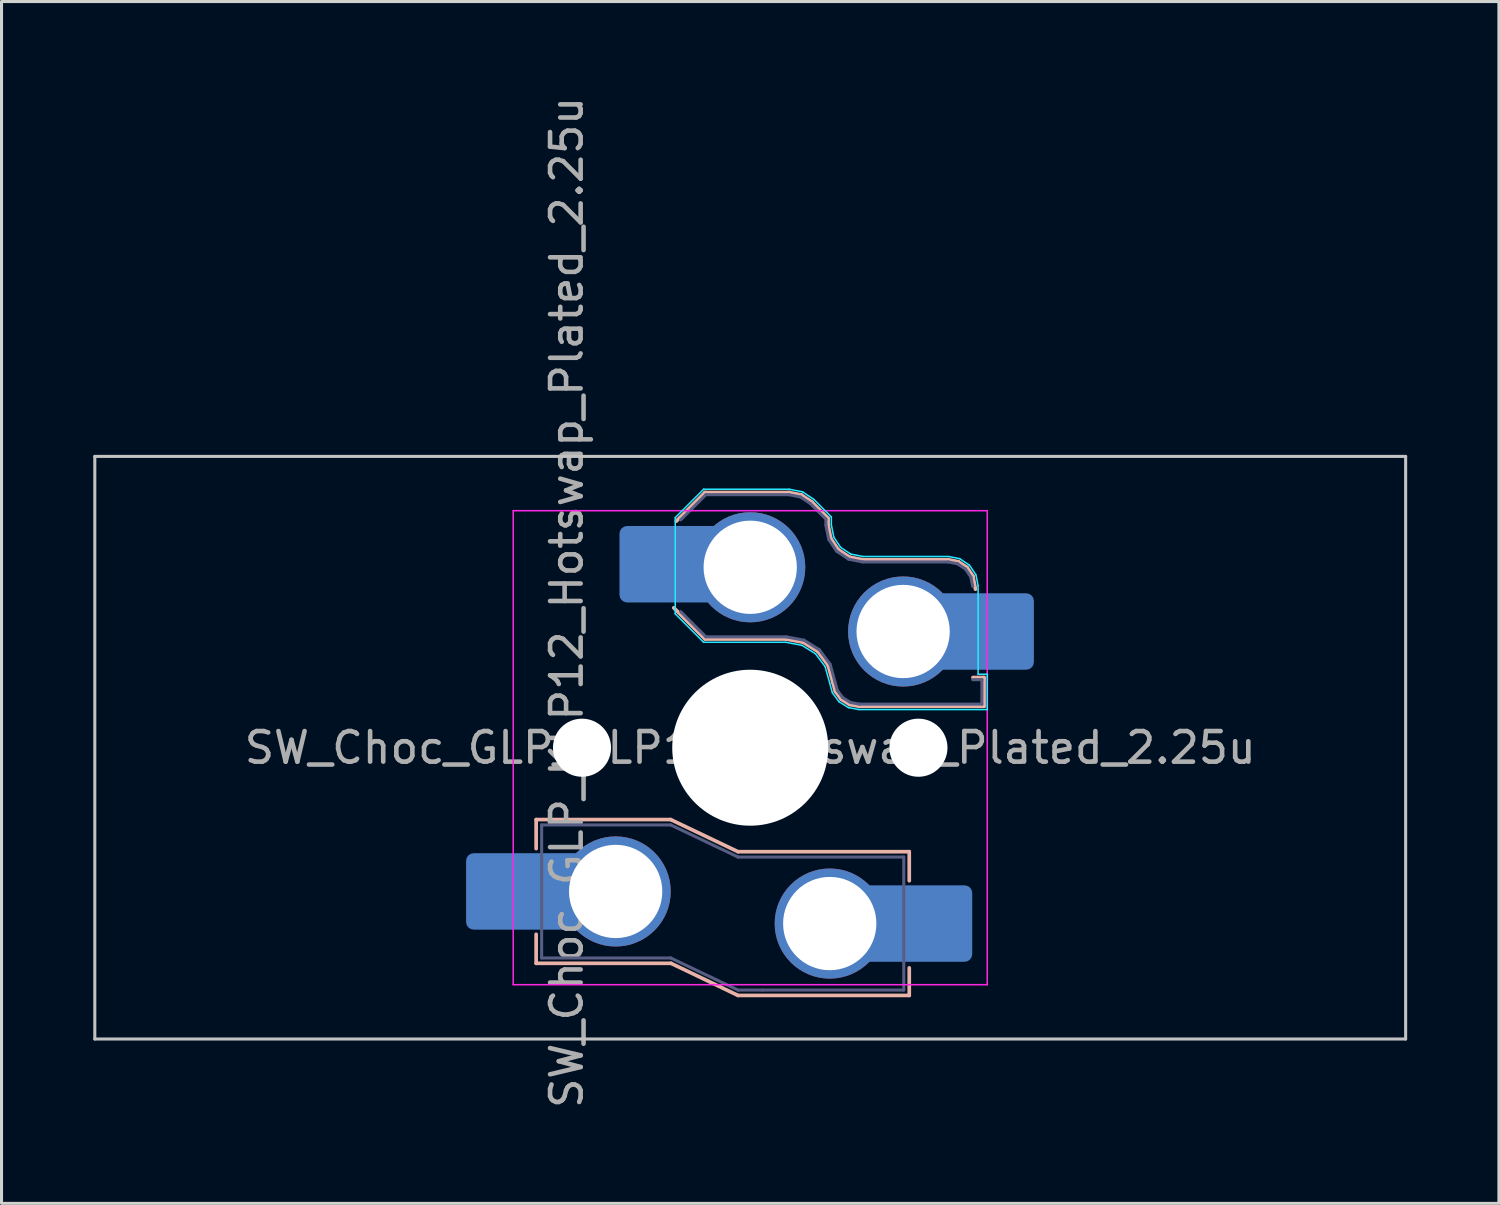
<source format=kicad_pcb>
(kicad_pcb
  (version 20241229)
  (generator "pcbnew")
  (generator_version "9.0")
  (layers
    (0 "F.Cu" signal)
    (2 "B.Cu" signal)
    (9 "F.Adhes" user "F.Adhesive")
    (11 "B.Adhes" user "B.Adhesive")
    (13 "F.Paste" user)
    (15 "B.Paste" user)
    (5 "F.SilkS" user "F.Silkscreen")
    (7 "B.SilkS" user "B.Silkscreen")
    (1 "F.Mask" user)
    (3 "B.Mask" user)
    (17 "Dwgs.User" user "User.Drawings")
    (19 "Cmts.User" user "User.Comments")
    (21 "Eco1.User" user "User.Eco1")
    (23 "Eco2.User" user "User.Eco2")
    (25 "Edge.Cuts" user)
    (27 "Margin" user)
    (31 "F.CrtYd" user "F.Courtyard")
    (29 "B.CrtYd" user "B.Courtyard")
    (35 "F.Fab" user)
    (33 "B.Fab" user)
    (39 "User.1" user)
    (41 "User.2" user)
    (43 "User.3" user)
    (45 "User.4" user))
  (footprint "SW_Choc_GLP_KLP12_Hotswap_Plated_2.25u"
    (layer "F.Cu")
    (at 21.481 21.399)
    (property "Reference" "SW_Choc_GLP_KLP12_Hotswap_Plated_2.25u" (at -6 -4.75 90) (layer "F.Fab") (effects (font (size 1 1) (thickness 0.15))))
    (attr smd)
    (fp_line (start -7 2.35) (end -7 3.3) (stroke (width 0.12) (type solid)) (layer "B.SilkS"))
    (fp_line (start -7 2.35) (end -2.6 2.35) (stroke (width 0.12) (type solid)) (layer "B.SilkS"))
    (fp_line (start -7 7.05) (end -7 6.1) (stroke (width 0.12) (type solid)) (layer "B.SilkS"))
    (fp_line (start -7 7.05) (end -2.59 7.05) (stroke (width 0.12) (type solid)) (layer "B.SilkS"))
    (fp_line (start -2.6 2.35) (end -0.4 3.4) (stroke (width 0.12) (type solid)) (layer "B.SilkS"))
    (fp_line (start -2.59 7.05) (end -0.4 8.1) (stroke (width 0.12) (type solid)) (layer "B.SilkS"))
    (fp_line (start -2.416 -7.409) (end -1.479 -8.346) (stroke (width 0.12) (type solid)) (layer "B.SilkS"))
    (fp_line (start -1.479 -8.346) (end 1.268 -8.346) (stroke (width 0.12) (type solid)) (layer "B.SilkS"))
    (fp_line (start -1.479 -3.554) (end -2.5 -4.575) (stroke (width 0.12) (type solid)) (layer "B.SilkS"))
    (fp_line (start 1.168 -3.554) (end -1.479 -3.554) (stroke (width 0.12) (type solid)) (layer "B.SilkS"))
    (fp_line (start 1.268 -8.346) (end 1.671 -8.266) (stroke (width 0.12) (type solid)) (layer "B.SilkS"))
    (fp_line (start 1.671 -8.266) (end 2.013 -8.037) (stroke (width 0.12) (type solid)) (layer "B.SilkS"))
    (fp_line (start 1.73 -3.449) (end 1.168 -3.554) (stroke (width 0.12) (type solid)) (layer "B.SilkS"))
    (fp_line (start 2.013 -8.037) (end 2.546 -7.504) (stroke (width 0.12) (type solid)) (layer "B.SilkS"))
    (fp_line (start 2.209 -3.15) (end 1.73 -3.449) (stroke (width 0.12) (type solid)) (layer "B.SilkS"))
    (fp_line (start 2.546 -7.504) (end 2.546 -7.282) (stroke (width 0.12) (type solid)) (layer "B.SilkS"))
    (fp_line (start 2.546 -7.282) (end 2.633 -6.844) (stroke (width 0.12) (type solid)) (layer "B.SilkS"))
    (fp_line (start 2.547 -2.697) (end 2.209 -3.15) (stroke (width 0.12) (type solid)) (layer "B.SilkS"))
    (fp_line (start 2.633 -6.844) (end 2.877 -6.477) (stroke (width 0.12) (type solid)) (layer "B.SilkS"))
    (fp_line (start 2.701 -2.139) (end 2.547 -2.697) (stroke (width 0.12) (type solid)) (layer "B.SilkS"))
    (fp_line (start 2.783 -1.841) (end 2.701 -2.139) (stroke (width 0.12) (type solid)) (layer "B.SilkS"))
    (fp_line (start 2.877 -6.477) (end 3.244 -6.233) (stroke (width 0.12) (type solid)) (layer "B.SilkS"))
    (fp_line (start 2.976 -1.583) (end 2.783 -1.841) (stroke (width 0.12) (type solid)) (layer "B.SilkS"))
    (fp_line (start 3.244 -6.233) (end 3.682 -6.146) (stroke (width 0.12) (type solid)) (layer "B.SilkS"))
    (fp_line (start 3.25 -1.413) (end 2.976 -1.583) (stroke (width 0.12) (type solid)) (layer "B.SilkS"))
    (fp_line (start 3.56 -1.354) (end 3.25 -1.413) (stroke (width 0.12) (type solid)) (layer "B.SilkS"))
    (fp_line (start 3.682 -6.146) (end 6.482 -6.146) (stroke (width 0.12) (type solid)) (layer "B.SilkS"))
    (fp_line (start 5.2 3.4) (end -0.4 3.4) (stroke (width 0.12) (type solid)) (layer "B.SilkS"))
    (fp_line (start 5.2 3.4) (end 5.2 4.35) (stroke (width 0.12) (type solid)) (layer "B.SilkS"))
    (fp_line (start 5.2 8.1) (end -0.4 8.1) (stroke (width 0.12) (type solid)) (layer "B.SilkS"))
    (fp_line (start 5.2 8.1) (end 5.2 7.2) (stroke (width 0.12) (type solid)) (layer "B.SilkS"))
    (fp_line (start 6.482 -6.146) (end 6.809 -6.081) (stroke (width 0.12) (type solid)) (layer "B.SilkS"))
    (fp_line (start 6.809 -6.081) (end 7.092 -5.892) (stroke (width 0.12) (type solid)) (layer "B.SilkS"))
    (fp_line (start 7.092 -5.892) (end 7.281 -5.609) (stroke (width 0.12) (type solid)) (layer "B.SilkS"))
    (fp_line (start 7.281 -5.609) (end 7.366 -5.182) (stroke (width 0.12) (type solid)) (layer "B.SilkS"))
    (fp_line (start 7.283 -2.296) (end 7.646 -2.296) (stroke (width 0.12) (type solid)) (layer "B.SilkS"))
    (fp_line (start 7.646 -2.296) (end 7.646 -1.354) (stroke (width 0.12) (type solid)) (layer "B.SilkS"))
    (fp_line (start 7.646 -1.354) (end 3.56 -1.354) (stroke (width 0.12) (type solid)) (layer "B.SilkS"))
    (fp_line (start -21.431 -9.525) (end -21.431 9.525) (stroke (width 0.1) (type default)) (layer "Dwgs.User"))
    (fp_line (start -21.431 -9.525) (end 21.431 -9.525) (stroke (width 0.1) (type solid)) (layer "Dwgs.User"))
    (fp_line (start -21.431 9.525) (end 21.431 9.525) (stroke (width 0.1) (type solid)) (layer "Dwgs.User"))
    (fp_line (start 21.431 -9.525) (end 21.431 9.525) (stroke (width 0.1) (type default)) (layer "Dwgs.User"))
    (fp_line (start -2.452 -7.523) (end -1.523 -8.452) (stroke (width 0.05) (type solid)) (layer "B.CrtYd"))
    (fp_line (start -2.452 -4.377) (end -2.452 -7.523) (stroke (width 0.05) (type solid)) (layer "B.CrtYd"))
    (fp_line (start -1.523 -8.452) (end 1.278 -8.452) (stroke (width 0.05) (type solid)) (layer "B.CrtYd"))
    (fp_line (start -1.523 -3.448) (end -2.452 -4.377) (stroke (width 0.05) (type solid)) (layer "B.CrtYd"))
    (fp_line (start 1.159 -3.448) (end -1.523 -3.448) (stroke (width 0.05) (type solid)) (layer "B.CrtYd"))
    (fp_line (start 1.278 -8.452) (end 1.712 -8.366) (stroke (width 0.05) (type solid)) (layer "B.CrtYd"))
    (fp_line (start 1.691 -3.348) (end 1.159 -3.448) (stroke (width 0.05) (type solid)) (layer "B.CrtYd"))
    (fp_line (start 1.712 -8.366) (end 2.081 -8.119) (stroke (width 0.05) (type solid)) (layer "B.CrtYd"))
    (fp_line (start 2.081 -8.119) (end 2.652 -7.548) (stroke (width 0.05) (type solid)) (layer "B.CrtYd"))
    (fp_line (start 2.136 -3.071) (end 1.691 -3.348) (stroke (width 0.05) (type solid)) (layer "B.CrtYd"))
    (fp_line (start 2.45 -2.65) (end 2.136 -3.071) (stroke (width 0.05) (type solid)) (layer "B.CrtYd"))
    (fp_line (start 2.599 -2.111) (end 2.45 -2.65) (stroke (width 0.05) (type solid)) (layer "B.CrtYd"))
    (fp_line (start 2.652 -7.548) (end 2.652 -7.292) (stroke (width 0.05) (type solid)) (layer "B.CrtYd"))
    (fp_line (start 2.652 -7.292) (end 2.733 -6.885) (stroke (width 0.05) (type solid)) (layer "B.CrtYd"))
    (fp_line (start 2.687 -1.794) (end 2.599 -2.111) (stroke (width 0.05) (type solid)) (layer "B.CrtYd"))
    (fp_line (start 2.733 -6.885) (end 2.953 -6.553) (stroke (width 0.05) (type solid)) (layer "B.CrtYd"))
    (fp_line (start 2.903 -1.503) (end 2.687 -1.794) (stroke (width 0.05) (type solid)) (layer "B.CrtYd"))
    (fp_line (start 2.953 -6.553) (end 3.285 -6.333) (stroke (width 0.05) (type solid)) (layer "B.CrtYd"))
    (fp_line (start 3.211 -1.312) (end 2.903 -1.503) (stroke (width 0.05) (type solid)) (layer "B.CrtYd"))
    (fp_line (start 3.285 -6.333) (end 3.692 -6.252) (stroke (width 0.05) (type solid)) (layer "B.CrtYd"))
    (fp_line (start 3.55 -1.248) (end 3.211 -1.312) (stroke (width 0.05) (type solid)) (layer "B.CrtYd"))
    (fp_line (start 3.692 -6.252) (end 6.492 -6.252) (stroke (width 0.05) (type solid)) (layer "B.CrtYd"))
    (fp_line (start 6.492 -6.252) (end 6.85 -6.181) (stroke (width 0.05) (type solid)) (layer "B.CrtYd"))
    (fp_line (start 6.85 -6.181) (end 7.168 -5.968) (stroke (width 0.05) (type solid)) (layer "B.CrtYd"))
    (fp_line (start 7.168 -5.968) (end 7.381 -5.65) (stroke (width 0.05) (type solid)) (layer "B.CrtYd"))
    (fp_line (start 7.381 -5.65) (end 7.452 -5.292) (stroke (width 0.05) (type solid)) (layer "B.CrtYd"))
    (fp_line (start 7.452 -5.292) (end 7.452 -2.402) (stroke (width 0.05) (type solid)) (layer "B.CrtYd"))
    (fp_line (start 7.452 -2.402) (end 7.752 -2.402) (stroke (width 0.05) (type solid)) (layer "B.CrtYd"))
    (fp_line (start 7.752 -2.402) (end 7.752 -1.248) (stroke (width 0.05) (type solid)) (layer "B.CrtYd"))
    (fp_line (start 7.752 -1.248) (end 3.55 -1.248) (stroke (width 0.05) (type solid)) (layer "B.CrtYd"))
    (fp_line (start -7.75 7.75) (end -7.75 -7.75) (stroke (width 0.05) (type solid)) (layer "F.CrtYd"))
    (fp_line (start 7.75 -7.75) (end -7.75 -7.75) (stroke (width 0.05) (type solid)) (layer "F.CrtYd"))
    (fp_line (start 7.75 -7.75) (end 7.75 7.75) (stroke (width 0.05) (type solid)) (layer "F.CrtYd"))
    (fp_line (start 7.75 7.75) (end -7.75 7.75) (stroke (width 0.05) (type solid)) (layer "F.CrtYd"))
    (fp_line (start -6.82 2.525) (end -6.82 6.875) (stroke (width 0.1) (type solid)) (layer "B.Fab"))
    (fp_line (start -6.82 2.525) (end -2.6 2.525) (stroke (width 0.1) (type solid)) (layer "B.Fab"))
    (fp_line (start -6.82 6.875) (end -2.6 6.875) (stroke (width 0.1) (type solid)) (layer "B.Fab"))
    (fp_line (start -2.6 2.525) (end -0.4 3.575) (stroke (width 0.1) (type solid)) (layer "B.Fab"))
    (fp_line (start -2.6 6.875) (end -0.4 7.925) (stroke (width 0.1) (type solid)) (layer "B.Fab"))
    (fp_line (start -2.275 -7.45) (end -1.45 -8.275) (stroke (width 0.1) (type solid)) (layer "B.Fab"))
    (fp_line (start -1.45 -8.275) (end 1.261 -8.275) (stroke (width 0.1) (type solid)) (layer "B.Fab"))
    (fp_line (start -1.45 -3.625) (end -2.275 -4.45) (stroke (width 0.1) (type solid)) (layer "B.Fab"))
    (fp_line (start 0.4 7.925) (end -0.4 7.925) (stroke (width 0.1) (type solid)) (layer "B.Fab"))
    (fp_line (start 1.175 -3.625) (end -1.45 -3.625) (stroke (width 0.1) (type solid)) (layer "B.Fab"))
    (fp_line (start 1.261 -8.275) (end 1.643 -8.199) (stroke (width 0.1) (type solid)) (layer "B.Fab"))
    (fp_line (start 1.643 -8.199) (end 1.968 -7.982) (stroke (width 0.1) (type solid)) (layer "B.Fab"))
    (fp_line (start 1.756 -3.516) (end 1.175 -3.625) (stroke (width 0.1) (type solid)) (layer "B.Fab"))
    (fp_line (start 1.968 -7.982) (end 2.475 -7.475) (stroke (width 0.1) (type solid)) (layer "B.Fab"))
    (fp_line (start 2.258 -3.203) (end 1.756 -3.516) (stroke (width 0.1) (type solid)) (layer "B.Fab"))
    (fp_line (start 2.475 -7.475) (end 2.475 -7.275) (stroke (width 0.1) (type solid)) (layer "B.Fab"))
    (fp_line (start 2.475 -7.275) (end 2.566 -6.816) (stroke (width 0.1) (type solid)) (layer "B.Fab"))
    (fp_line (start 2.566 -6.816) (end 2.826 -6.426) (stroke (width 0.1) (type solid)) (layer "B.Fab"))
    (fp_line (start 2.612 -2.729) (end 2.258 -3.203) (stroke (width 0.1) (type solid)) (layer "B.Fab"))
    (fp_line (start 2.769 -2.158) (end 2.612 -2.729) (stroke (width 0.1) (type solid)) (layer "B.Fab"))
    (fp_line (start 2.826 -6.426) (end 3.216 -6.166) (stroke (width 0.1) (type solid)) (layer "B.Fab"))
    (fp_line (start 2.848 -1.873) (end 2.769 -2.158) (stroke (width 0.1) (type solid)) (layer "B.Fab"))
    (fp_line (start 3.025 -1.636) (end 2.848 -1.873) (stroke (width 0.1) (type solid)) (layer "B.Fab"))
    (fp_line (start 3.216 -6.166) (end 3.675 -6.075) (stroke (width 0.1) (type solid)) (layer "B.Fab"))
    (fp_line (start 3.276 -1.48) (end 3.025 -1.636) (stroke (width 0.1) (type solid)) (layer "B.Fab"))
    (fp_line (start 3.567 -1.425) (end 3.276 -1.48) (stroke (width 0.1) (type solid)) (layer "B.Fab"))
    (fp_line (start 3.675 -6.075) (end 6.475 -6.075) (stroke (width 0.1) (type solid)) (layer "B.Fab"))
    (fp_line (start 5.02 3.575) (end -0.4 3.575) (stroke (width 0.1) (type solid)) (layer "B.Fab"))
    (fp_line (start 5.02 3.575) (end 5.02 7.925) (stroke (width 0.1) (type solid)) (layer "B.Fab"))
    (fp_line (start 5.02 7.925) (end 0.4 7.925) (stroke (width 0.1) (type solid)) (layer "B.Fab"))
    (fp_line (start 6.475 -6.075) (end 6.781 -6.014) (stroke (width 0.1) (type solid)) (layer "B.Fab"))
    (fp_line (start 6.781 -6.014) (end 7.041 -5.841) (stroke (width 0.1) (type solid)) (layer "B.Fab"))
    (fp_line (start 7.041 -5.841) (end 7.214 -5.581) (stroke (width 0.1) (type solid)) (layer "B.Fab"))
    (fp_line (start 7.214 -5.581) (end 7.275 -5.275) (stroke (width 0.1) (type solid)) (layer "B.Fab"))
    (fp_line (start 7.275 -2.225) (end 7.575 -2.225) (stroke (width 0.1) (type solid)) (layer "B.Fab"))
    (fp_line (start 7.575 -2.225) (end 7.575 -1.425) (stroke (width 0.1) (type solid)) (layer "B.Fab"))
    (fp_line (start 7.575 -1.425) (end 3.567 -1.425) (stroke (width 0.1) (type solid)) (layer "B.Fab"))
    (fp_rect (start -7.05 -7.05) (end 7.05 7.05) (stroke (width 0.12) (type default)) (fill no) (layer "User.1"))
    (fp_text user "${REFERENCE}" (at 0 0 0) (layer "F.Fab") (effects (font (size 1 1) (thickness 0.15))))
    (pad "" smd roundrect (at -8.04 4.7) (size 2.5 2.5) (layers "B.Mask" "B.Paste") (roundrect_rratio 0.1))
    (pad "" smd roundrect (at -8.04 4.7) (size 2.5 2.5) (layers "B.Paste") (roundrect_rratio 0.1))
    (pad "" np_thru_hole circle (at -5.5 0) (size 1.9 1.9) (drill 1.9) (layers "*.Cu" "*.Mask"))
    (pad "" smd roundrect (at -3.025 -6) (size 2.5 2.5) (layers "B.Paste") (roundrect_rratio 0.1))
    (pad "" np_thru_hole circle (at 0 0) (size 5.1 5.1) (drill 5.1) (layers "*.Cu" "*.Mask"))
    (pad "" np_thru_hole circle (at 5.5 0) (size 1.9 1.9) (drill 1.9) (layers "*.Cu" "*.Mask"))
    (pad "" smd roundrect (at 6.01 5.75) (size 2.5 2.5) (layers "B.Mask" "B.Paste") (roundrect_rratio 0.1))
    (pad "" smd roundrect (at 6.01 5.75) (size 2.5 2.5) (layers "B.Paste") (roundrect_rratio 0.1))
    (pad "" smd roundrect (at 8.025 -3.8) (size 2.5 2.5) (layers "B.Paste") (roundrect_rratio 0.1))
    (pad "1" thru_hole circle (at 2.6 5.75) (size 3.6 3.6) (drill 3.05) (layers "*.Cu" "*.Mask"))
    (pad "1" thru_hole circle (at 5 -3.8) (size 3.6 3.6) (drill 3.05) (layers "*.Cu" "*.Mask"))
    (pad "1" smd roundrect (at 5.334 5.75) (size 3.85 2.5) (layers "B.Cu" "B.Mask") (roundrect_rratio 0.1))
    (pad "1" smd roundrect (at 7.35 -3.8) (size 3.85 2.5) (layers "B.Cu" "B.Mask") (roundrect_rratio 0.1))
    (pad "2" smd roundrect (at -7.366 4.699) (size 3.85 2.5) (layers "B.Cu" "B.Mask") (roundrect_rratio 0.1))
    (pad "2" thru_hole circle (at -4.4 4.7) (size 3.6 3.6) (drill 3.05) (layers "*.Cu" "*.Mask"))
    (pad "2" smd roundrect (at -2.35 -6) (size 3.85 2.5) (layers "B.Cu" "B.Mask") (roundrect_rratio 0.1))
    (pad "2" thru_hole circle (at 0 -5.9) (size 3.6 3.6) (drill 3.05) (layers "*.Cu" "*.Mask")))
  (gr_rect
    (start -3 -3)
    (end 45.962 36.298)
    (stroke (width 0.1) (type default))
    (fill no)
    (layer "Edge.Cuts")))
</source>
